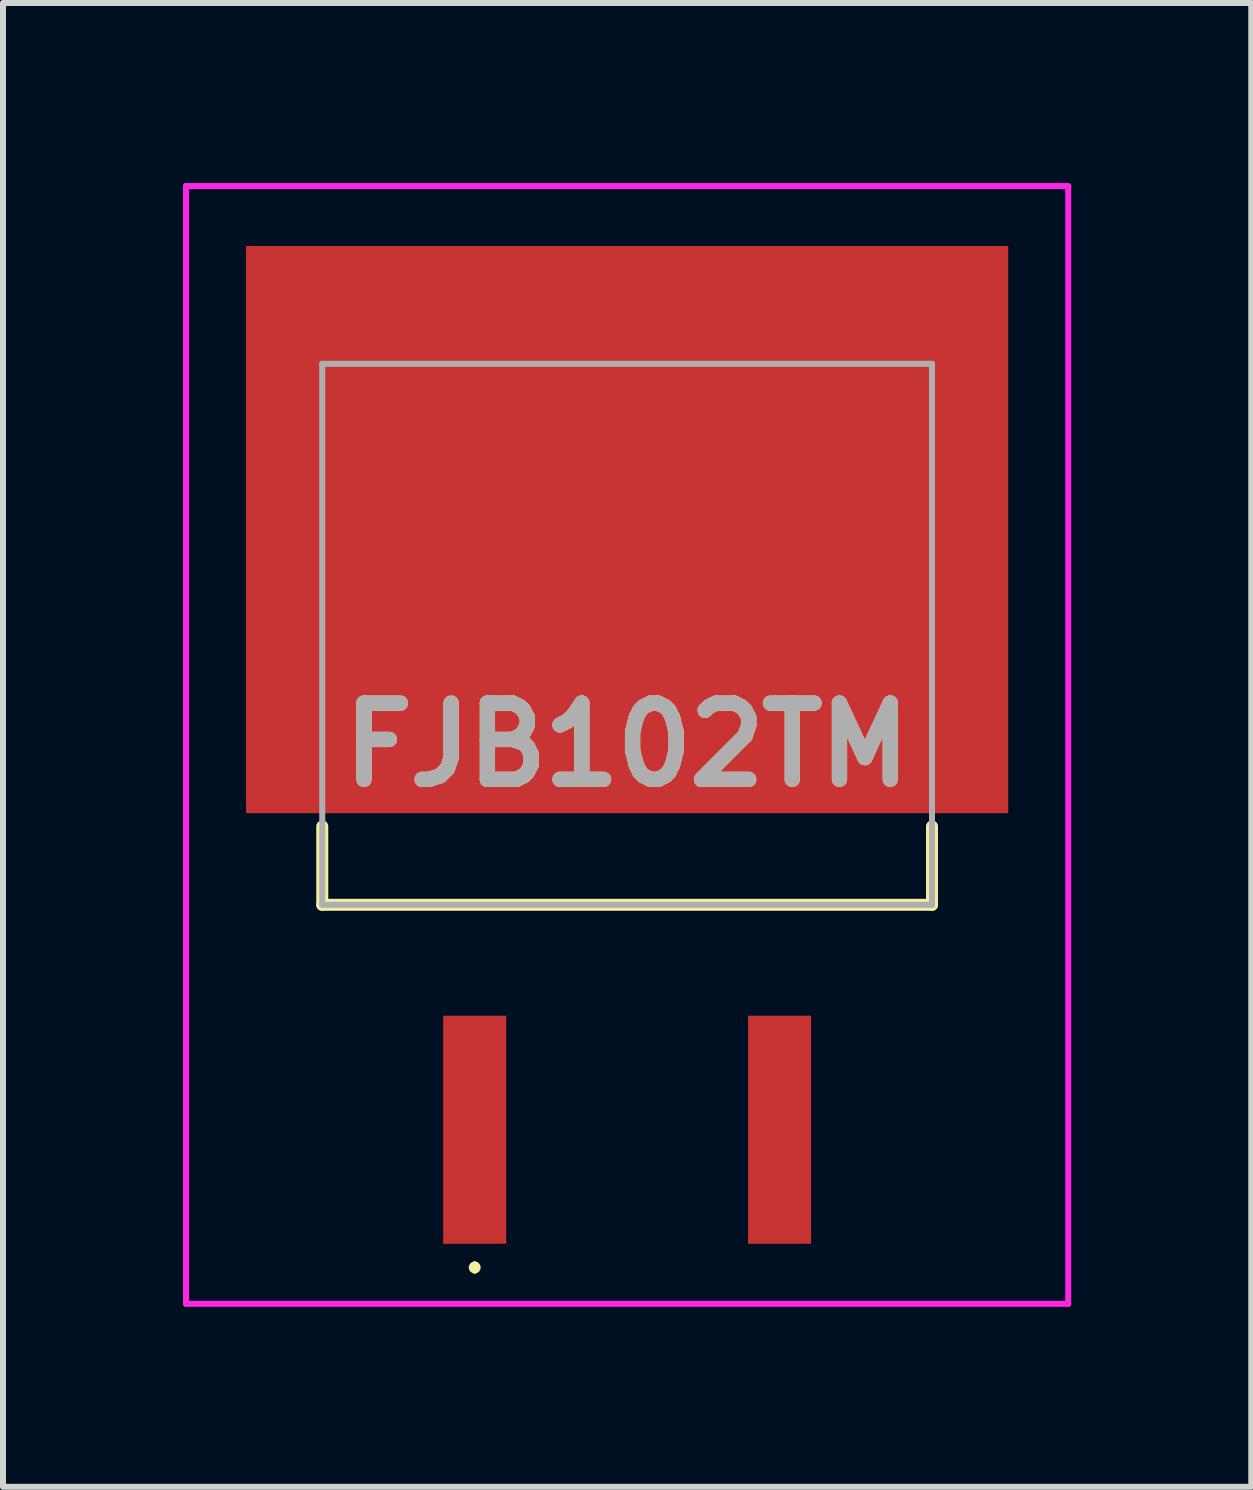
<source format=kicad_pcb>
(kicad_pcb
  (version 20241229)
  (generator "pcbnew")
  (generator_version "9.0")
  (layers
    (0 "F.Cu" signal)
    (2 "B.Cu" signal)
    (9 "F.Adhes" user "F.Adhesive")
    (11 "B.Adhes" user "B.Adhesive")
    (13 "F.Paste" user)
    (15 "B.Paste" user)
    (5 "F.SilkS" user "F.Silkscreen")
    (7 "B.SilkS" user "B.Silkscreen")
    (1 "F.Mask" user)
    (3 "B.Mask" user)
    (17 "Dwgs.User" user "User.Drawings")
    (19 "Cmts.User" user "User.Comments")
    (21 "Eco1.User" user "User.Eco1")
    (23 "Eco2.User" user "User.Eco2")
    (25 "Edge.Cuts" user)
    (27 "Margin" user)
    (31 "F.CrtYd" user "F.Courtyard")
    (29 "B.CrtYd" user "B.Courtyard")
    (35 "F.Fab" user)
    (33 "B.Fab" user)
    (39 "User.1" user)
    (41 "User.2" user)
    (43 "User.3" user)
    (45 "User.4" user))
  (footprint "FJB102TM"
    (layer "F.Cu")
    (at 7.4 7.52)
    (property "Reference" "FJB102TM" (at 0 1.842 0) (layer "F.SilkS") (effects (font (size 1.27 1.27) (thickness 0.254))))
    (attr smd)
    (fp_line (start -5.08 4.507) (end -5.08 3.2) (stroke (width 0.2) (type solid)) (layer "F.SilkS"))
    (fp_line (start -2.54 10.5) (end -2.54 10.5) (stroke (width 0.1) (type solid)) (layer "F.SilkS"))
    (fp_line (start -2.54 10.6) (end -2.54 10.6) (stroke (width 0.1) (type solid)) (layer "F.SilkS"))
    (fp_line (start 5.08 3.2) (end 5.08 4.507) (stroke (width 0.2) (type solid)) (layer "F.SilkS"))
    (fp_line (start 5.08 4.507) (end -5.08 4.507) (stroke (width 0.2) (type solid)) (layer "F.SilkS"))
    (fp_arc (start -2.54 10.5) (mid -2.49 10.55) (end -2.54 10.6) (stroke (width 0.1) (type solid)) (layer "F.SilkS"))
    (fp_arc (start -2.54 10.6) (mid -2.59 10.55) (end -2.54 10.5) (stroke (width 0.1) (type solid)) (layer "F.SilkS"))
    (fp_line (start -7.35 -7.47) (end 7.35 -7.47) (stroke (width 0.1) (type solid)) (layer "F.CrtYd"))
    (fp_line (start -7.35 11.155) (end -7.35 -7.47) (stroke (width 0.1) (type solid)) (layer "F.CrtYd"))
    (fp_line (start 7.35 -7.47) (end 7.35 11.155) (stroke (width 0.1) (type solid)) (layer "F.CrtYd"))
    (fp_line (start 7.35 11.155) (end -7.35 11.155) (stroke (width 0.1) (type solid)) (layer "F.CrtYd"))
    (fp_line (start -5.08 -4.508) (end 5.08 -4.508) (stroke (width 0.1) (type solid)) (layer "F.Fab"))
    (fp_line (start -5.08 4.507) (end -5.08 -4.508) (stroke (width 0.1) (type solid)) (layer "F.Fab"))
    (fp_line (start 5.08 -4.508) (end 5.08 4.507) (stroke (width 0.1) (type solid)) (layer "F.Fab"))
    (fp_line (start 5.08 4.507) (end -5.08 4.507) (stroke (width 0.1) (type solid)) (layer "F.Fab"))
    (fp_text user "${REFERENCE}" (at 0 1.842 0) (layer "F.Fab") (effects (font (size 1.27 1.27) (thickness 0.254))))
    (pad "1" smd rect (at -2.54 8.255) (size 1.05 3.8) (layers "F.Cu" "F.Mask" "F.Paste"))
    (pad "2" smd rect (at 0 -1.745 90) (size 9.45 12.7) (layers "F.Cu" "F.Mask" "F.Paste"))
    (pad "3" smd rect (at 2.54 8.255) (size 1.05 3.8) (layers "F.Cu" "F.Mask" "F.Paste")))
  (gr_rect
    (start -3 -3)
    (end 17.8 21.725)
    (stroke (width 0.1) (type default))
    (fill no)
    (layer "Edge.Cuts")))
</source>
